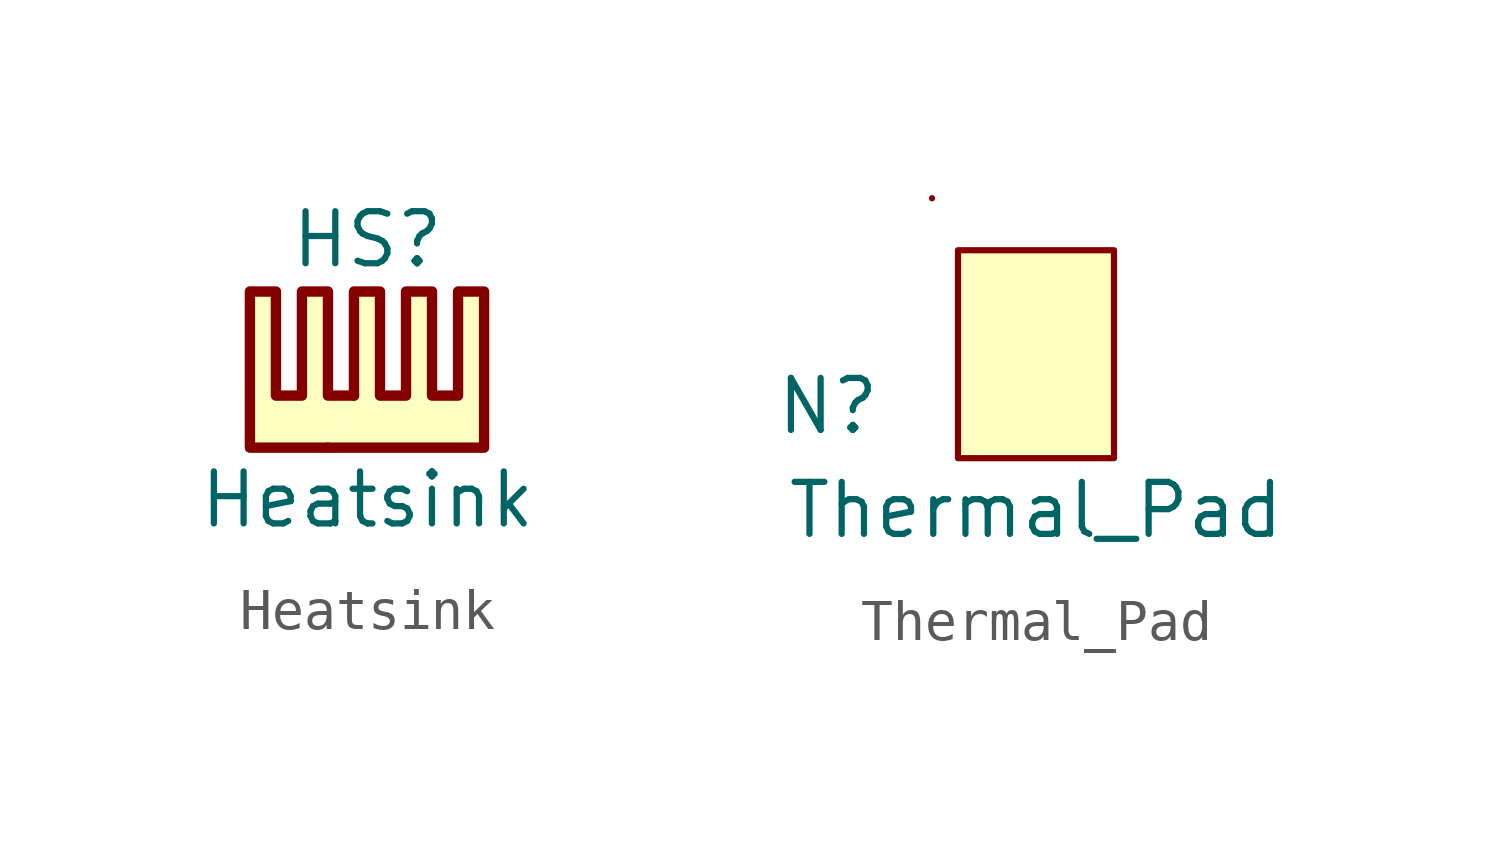
<source format=kicad_sym>
(kicad_symbol_lib
  (version 20211014)
  (generator kicad_symbol_editor)
  (symbol "Heatsink"
    (pin_names
      (offset 1.016))
    (property "Reference" "HS"
      (at 0 5.08 0)
      (effects (font (size 1.27 1.27))))
    (property "Value" "Heatsink"
      (at 0 -1.27 0)
      (effects (font (size 1.27 1.27))))
    (symbol "Heatsink_0_1"
      (polyline (pts (xy -0.33 1.27) (xy -0.965 1.27) (xy -0.965 3.81) (xy -1.6 3.81) (xy -1.6 1.27) (xy -2.235 1.27) (xy -2.235 3.81) (xy -2.87 3.81) (xy -2.87 0) (xy -0.965 0)) (stroke (width 0.254) (type default) (color 0 0 0 0)) (fill (type background)))
      (polyline (pts (xy -0.33 1.27) (xy -0.33 3.81) (xy 0.305 3.81) (xy 0.305 1.27) (xy 0.94 1.27) (xy 0.94 3.81) (xy 1.575 3.81) (xy 1.575 1.27) (xy 2.21 1.27) (xy 2.21 3.81) (xy 2.845 3.81) (xy 2.845 0) (xy -0.965 0)) (stroke (width 0.254) (type default) (color 0 0 0 0)) (fill (type background)))))
  (symbol "Thermal_Pad"
    (property "Reference" "N"
      (at -5.08 -1.27 0)
      (effects (font (size 1.27 1.27))))
    (property "Value" "Thermal_Pad"
      (at 0 -3.81 0)
      (effects (font (size 1.27 1.27))))
    (symbol "Thermal_Pad_0_1"
      (rectangle (start -2.54 3.81) (end -2.54 3.81) (stroke (width 0) (type default) (color 0 0 0 0)) (fill (type none)))
      (rectangle (start -1.905 2.54) (end 1.905 -2.54) (stroke (width 0) (type default) (color 0 0 0 0)) (fill (type background))))))
</source>
